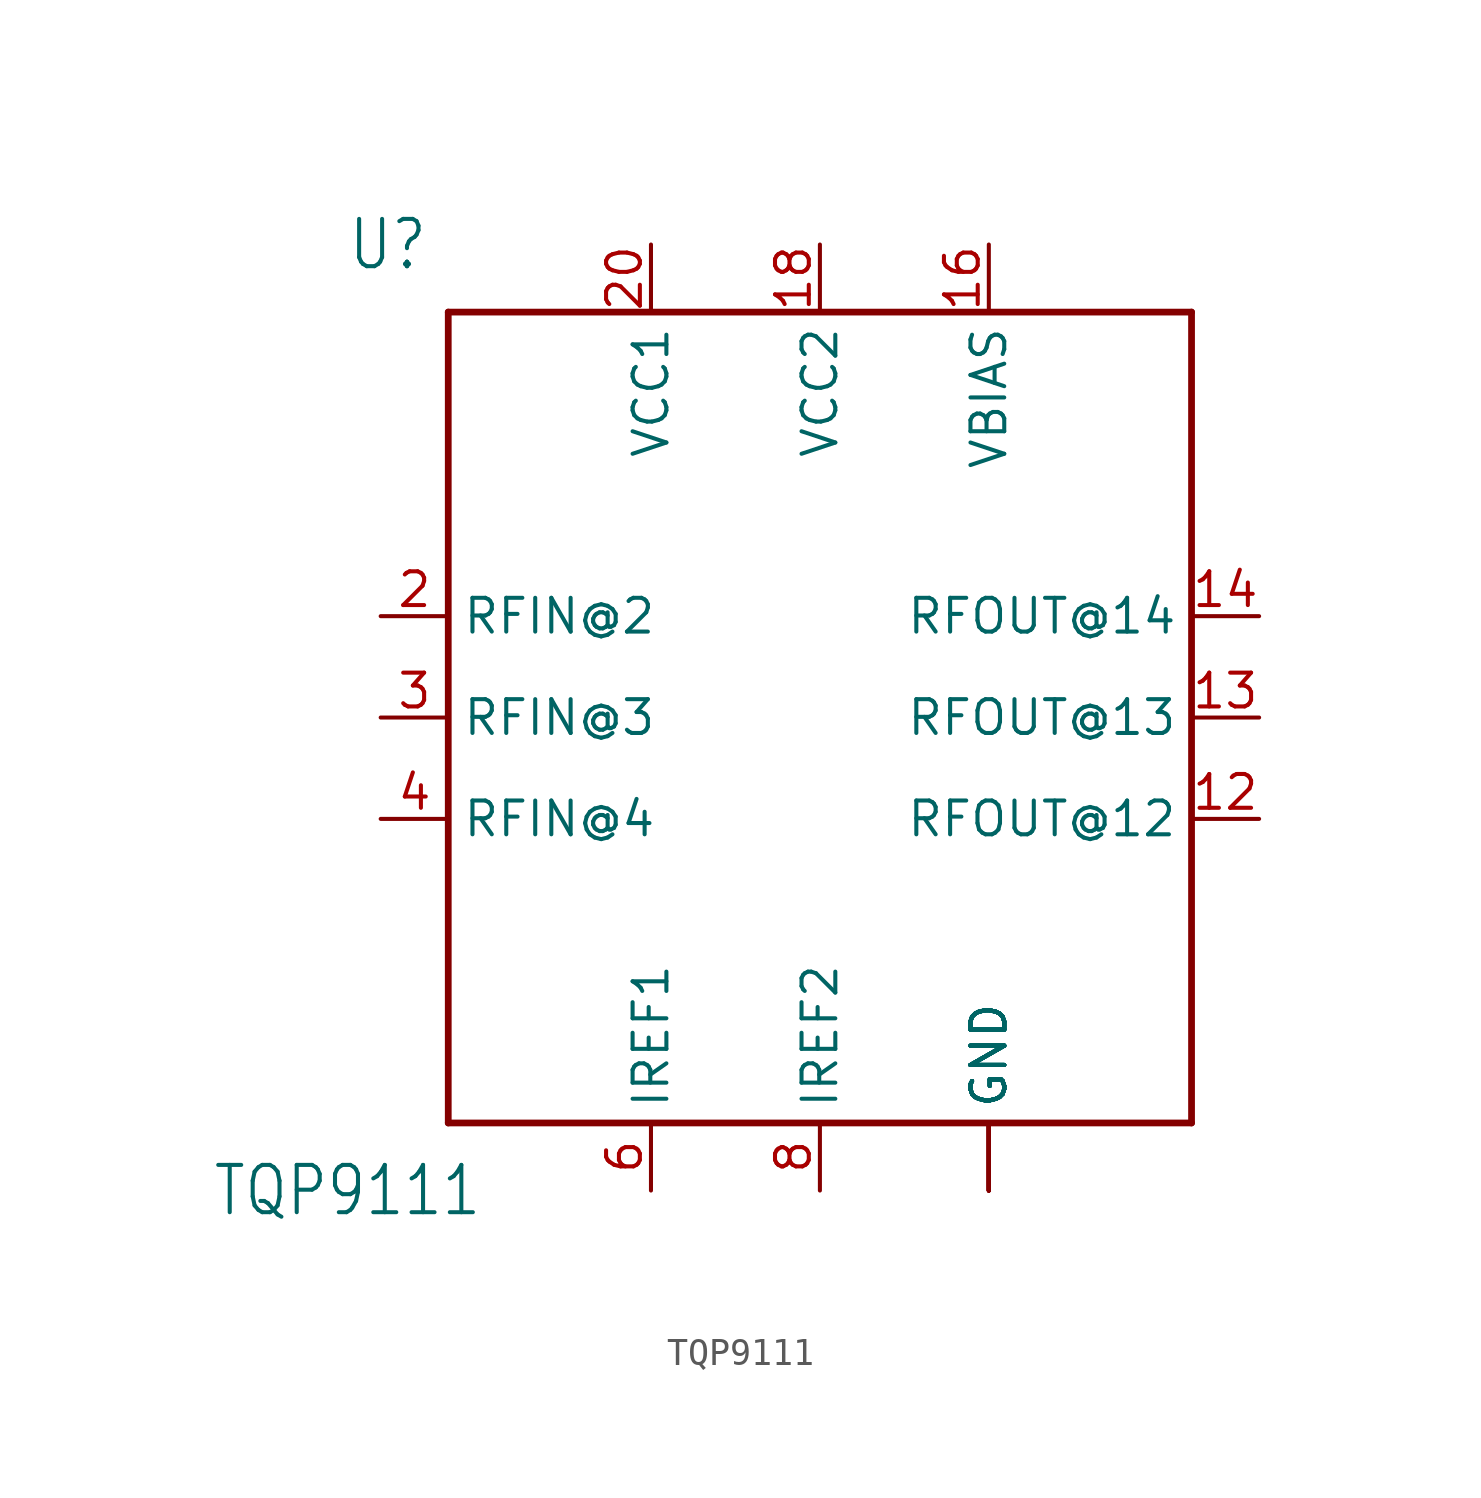
<source format=kicad_sym>
(kicad_symbol_lib
  (version 20211014)
  (generator kicad_symbol_editor)
  (symbol "TQP9111"
    (property "Reference" "U"
      (at -17.78 17.78 0)
      (effects (font (size 1.778 1.511)) (justify left)))
    (property "Value" "TQP9111"
      (at -22.86 -17.78 0)
      (effects (font (size 1.778 1.511)) (justify left)))
    (property "ki_locked" ""
      (at 0 0 0)
      (effects (font (size 1.27 1.27))))
    (symbol "TQP9111_1_0"
      (polyline (pts (xy -13.97 15.24) (xy -13.97 -15.24)) (stroke (width 0.254) (type default) (color 0 0 0 0)) (fill (type none)))
      (polyline (pts (xy -13.97 15.24) (xy 13.97 15.24)) (stroke (width 0.254) (type default) (color 0 0 0 0)) (fill (type none)))
      (polyline (pts (xy 13.97 -15.24) (xy -13.97 -15.24)) (stroke (width 0.254) (type default) (color 0 0 0 0)) (fill (type none)))
      (polyline (pts (xy 13.97 -15.24) (xy 13.97 15.24)) (stroke (width 0.254) (type default) (color 0 0 0 0)) (fill (type none)))
      (pin power_in line (at 6.35 -17.78 90) (length 2.54) (name "GND" (effects (font (size 1.27 1.27)))) (number "1" (effects (font (size 0 0)))))
      (pin power_in line (at 6.35 -17.78 90) (length 2.54) (name "GND" (effects (font (size 1.27 1.27)))) (number "10" (effects (font (size 0 0)))))
      (pin power_in line (at 6.35 -17.78 90) (length 2.54) (name "GND" (effects (font (size 1.27 1.27)))) (number "11" (effects (font (size 0 0)))))
      (pin output line (at 16.51 -3.81 180) (length 2.54) (name "RFOUT@12" (effects (font (size 1.27 1.27)))) (number "12" (effects (font (size 1.27 1.27)))))
      (pin output line (at 16.51 0 180) (length 2.54) (name "RFOUT@13" (effects (font (size 1.27 1.27)))) (number "13" (effects (font (size 1.27 1.27)))))
      (pin output line (at 16.51 3.81 180) (length 2.54) (name "RFOUT@14" (effects (font (size 1.27 1.27)))) (number "14" (effects (font (size 1.27 1.27)))))
      (pin power_in line (at 6.35 -17.78 90) (length 2.54) (name "GND" (effects (font (size 1.27 1.27)))) (number "15" (effects (font (size 0 0)))))
      (pin power_in line (at 6.35 17.78 270) (length 2.54) (name "VBIAS" (effects (font (size 1.27 1.27)))) (number "16" (effects (font (size 1.27 1.27)))))
      (pin power_in line (at 6.35 -17.78 90) (length 2.54) (name "GND" (effects (font (size 1.27 1.27)))) (number "17" (effects (font (size 0 0)))))
      (pin power_in line (at 0 17.78 270) (length 2.54) (name "VCC2" (effects (font (size 1.27 1.27)))) (number "18" (effects (font (size 1.27 1.27)))))
      (pin power_in line (at 6.35 -17.78 90) (length 2.54) (name "GND" (effects (font (size 1.27 1.27)))) (number "19" (effects (font (size 0 0)))))
      (pin input line (at -16.51 3.81 0) (length 2.54) (name "RFIN@2" (effects (font (size 1.27 1.27)))) (number "2" (effects (font (size 1.27 1.27)))))
      (pin power_in line (at -6.35 17.78 270) (length 2.54) (name "VCC1" (effects (font (size 1.27 1.27)))) (number "20" (effects (font (size 1.27 1.27)))))
      (pin power_in line (at 6.35 -17.78 90) (length 2.54) (name "GND" (effects (font (size 1.27 1.27)))) (number "21" (effects (font (size 0 0)))))
      (pin input line (at -16.51 0 0) (length 2.54) (name "RFIN@3" (effects (font (size 1.27 1.27)))) (number "3" (effects (font (size 1.27 1.27)))))
      (pin input line (at -16.51 -3.81 0) (length 2.54) (name "RFIN@4" (effects (font (size 1.27 1.27)))) (number "4" (effects (font (size 1.27 1.27)))))
      (pin power_in line (at 6.35 -17.78 90) (length 2.54) (name "GND" (effects (font (size 1.27 1.27)))) (number "5" (effects (font (size 0 0)))))
      (pin passive line (at -6.35 -17.78 90) (length 2.54) (name "IREF1" (effects (font (size 1.27 1.27)))) (number "6" (effects (font (size 1.27 1.27)))))
      (pin power_in line (at 6.35 -17.78 90) (length 2.54) (name "GND" (effects (font (size 1.27 1.27)))) (number "7" (effects (font (size 0 0)))))
      (pin passive line (at 0 -17.78 90) (length 2.54) (name "IREF2" (effects (font (size 1.27 1.27)))) (number "8" (effects (font (size 1.27 1.27)))))
      (pin power_in line (at 6.35 -17.78 90) (length 2.54) (name "GND" (effects (font (size 1.27 1.27)))) (number "9" (effects (font (size 0 0))))))))
</source>
